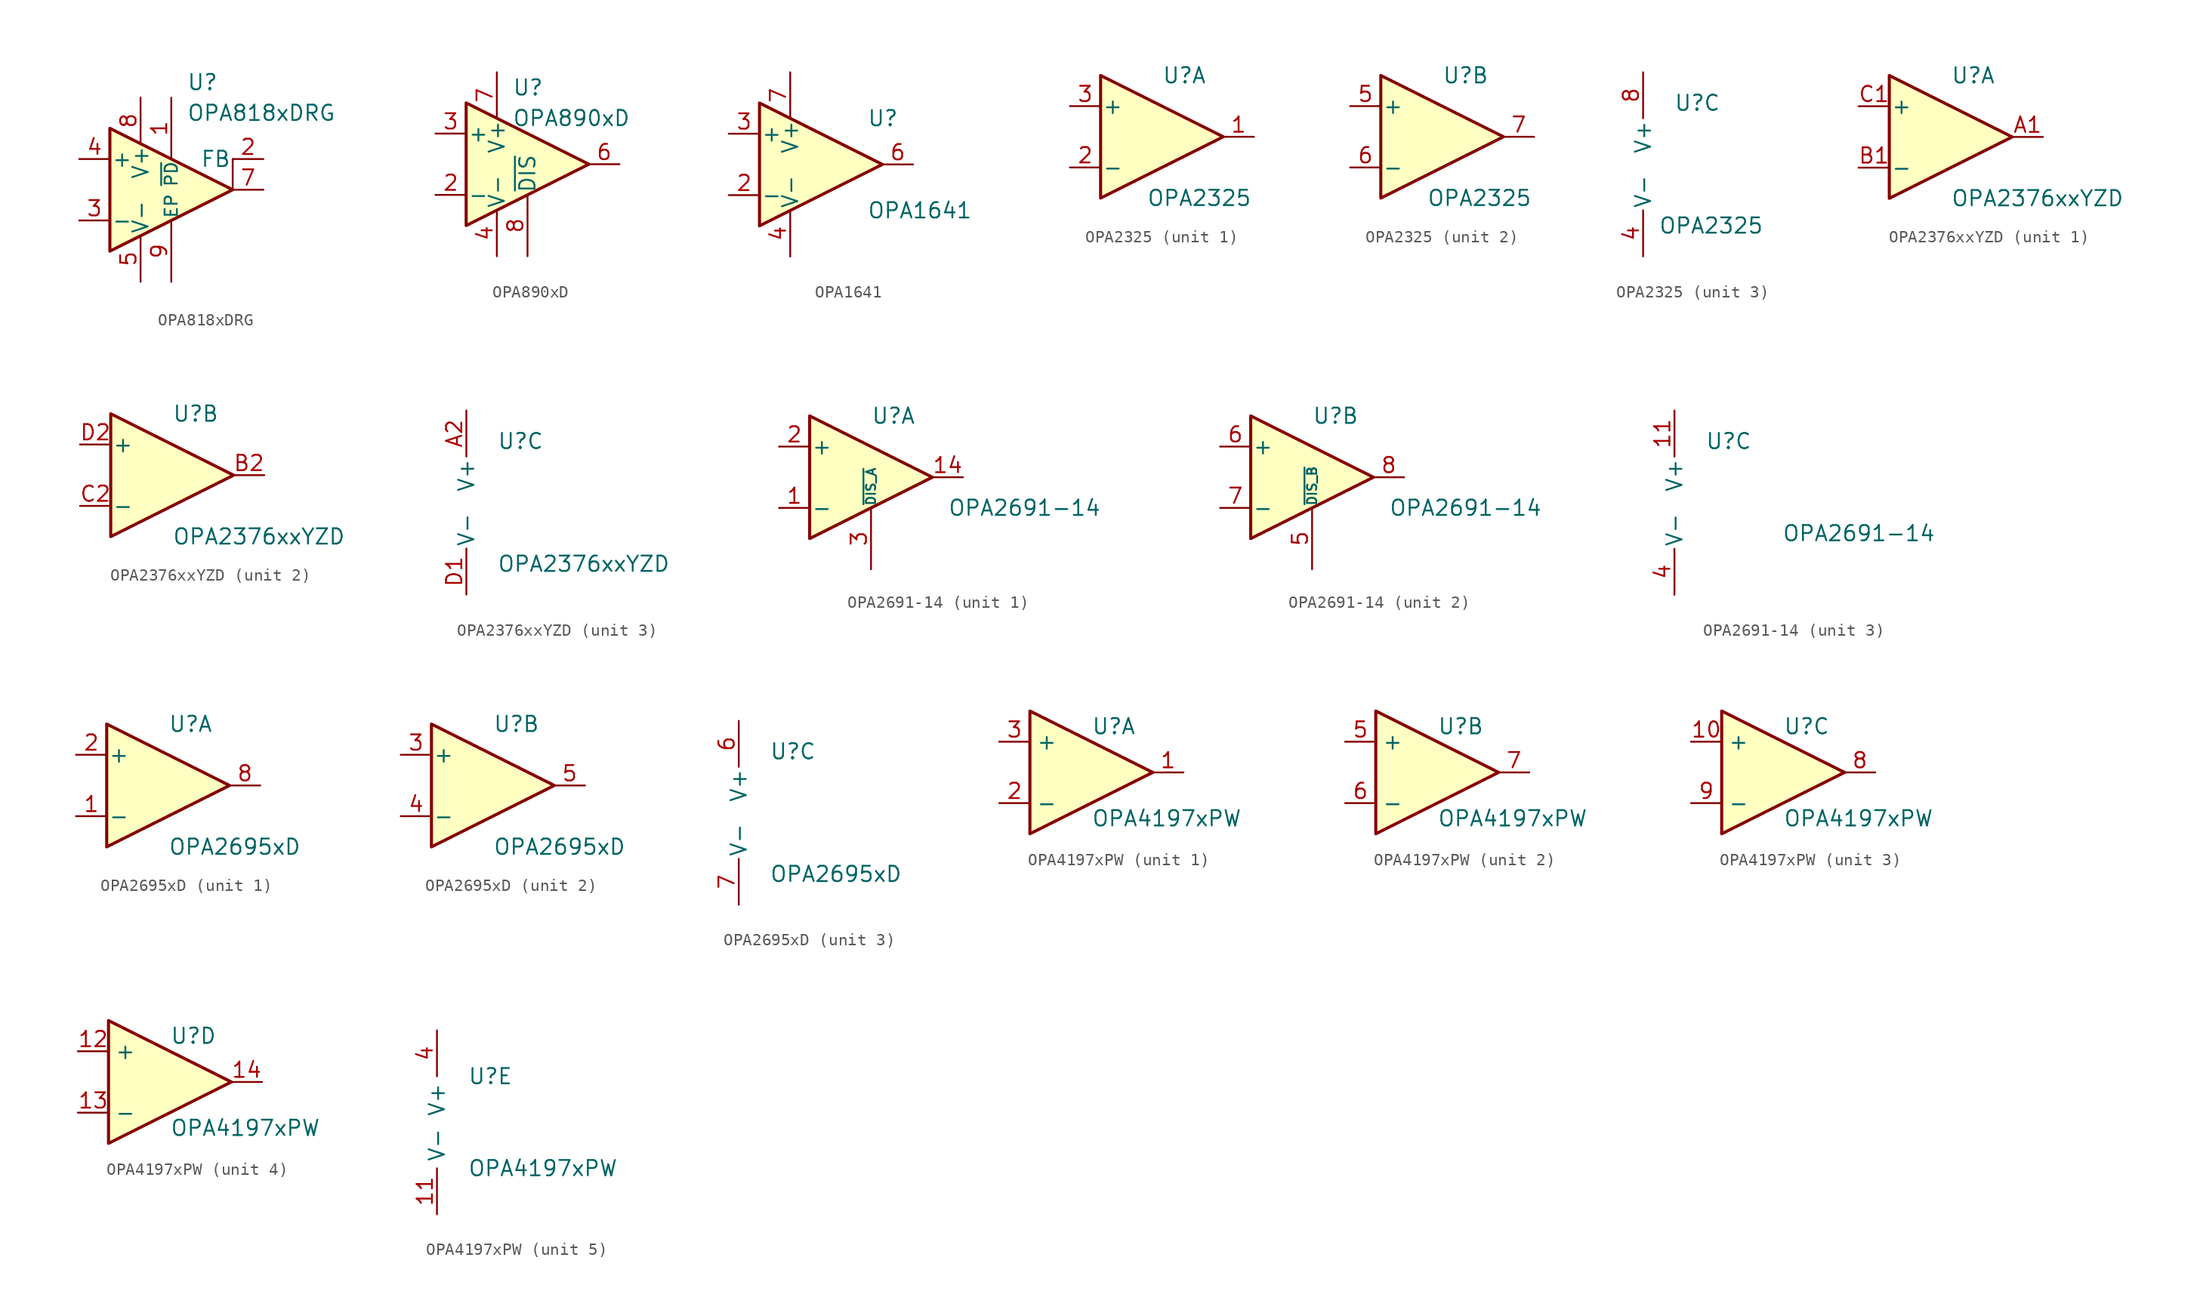
<source format=kicad_sym>
(kicad_symbol_lib
  (version 20241209)
  (generator "kicad_symbol_editor")
  (generator_version "9.0")
  (symbol "OPA818xDRG"
    (pin_names
      (offset 0.127))
    (property "Reference" "U"
      (at 1.27 8.89 0)
      (effects (font (size 1.27 1.27)) (justify left)))
    (property "Value" "OPA818xDRG"
      (at 1.27 6.35 0)
      (effects (font (size 1.27 1.27)) (justify left)))
    (symbol "OPA818xDRG_0_0"
      (pin power_in line (at -2.54 7.62 270) (length 3.81) (name "V+" (effects (font (size 1.27 1.27)))) (number "8" (effects (font (size 1.27 1.27)))))
      (pin input line (at 0 7.62 270) (length 5.08) (name "~{PD}" (effects (font (size 1.016 1.016)))) (number "1" (effects (font (size 1.27 1.27)))))
      (pin passive line (at 0 -7.62 90) (length 5.08) (name "EP" (effects (font (size 1.016 1.016)))) (number "9" (effects (font (size 1.27 1.27))))))
    (symbol "OPA818xDRG_0_1"
      (polyline (pts (xy -5.08 5.08) (xy 5.08 0) (xy -5.08 -5.08) (xy -5.08 5.08)) (stroke (width 0.254) (type default)) (fill (type background)))
      (polyline (pts (xy 5.08 0) (xy 5.08 2.54)) (stroke (width 0.152) (type default)) (fill (type none)))
      (pin no_connect line (at -5.08 -5.08 90) (length 3.81) (hide yes) (name "NC" (effects (font (size 1.27 1.27)))) (number "6" (effects (font (size 1.27 1.27)))))
      (pin output line (at 7.62 0 180) (length 2.54) (name "~" (effects (font (size 1.27 1.27)))) (number "7" (effects (font (size 1.27 1.27))))))
    (symbol "OPA818xDRG_1_1"
      (pin input line (at -7.62 2.54 0) (length 2.54) (name "+" (effects (font (size 1.27 1.27)))) (number "4" (effects (font (size 1.27 1.27)))))
      (pin input line (at -7.62 -2.54 0) (length 2.54) (name "-" (effects (font (size 1.27 1.27)))) (number "3" (effects (font (size 1.27 1.27)))))
      (pin power_in line (at -2.54 -7.62 90) (length 3.81) (name "V-" (effects (font (size 1.27 1.27)))) (number "5" (effects (font (size 1.27 1.27)))))
      (pin output line (at 7.62 2.54 180) (length 2.54) (name "FB" (effects (font (size 1.27 1.27)))) (number "2" (effects (font (size 1.27 1.27)))))))
  (symbol "OPA890xD"
    (pin_names
      (offset 0.127))
    (property "Reference" "U"
      (at -1.27 6.35 0)
      (effects (font (size 1.27 1.27)) (justify left)))
    (property "Value" "OPA890xD"
      (at -1.27 3.81 0)
      (effects (font (size 1.27 1.27)) (justify left)))
    (symbol "OPA890xD_0_1"
      (polyline (pts (xy -5.08 5.08) (xy 5.08 0) (xy -5.08 -5.08) (xy -5.08 5.08)) (stroke (width 0.254) (type default)) (fill (type background)))
      (pin power_in line (at -2.54 7.62 270) (length 3.81) (name "V+" (effects (font (size 1.27 1.27)))) (number "7" (effects (font (size 1.27 1.27)))))
      (pin power_in line (at -2.54 -7.62 90) (length 3.81) (name "V-" (effects (font (size 1.27 1.27)))) (number "4" (effects (font (size 1.27 1.27))))))
    (symbol "OPA890xD_1_1"
      (pin input line (at -7.62 2.54 0) (length 2.54) (name "+" (effects (font (size 1.27 1.27)))) (number "3" (effects (font (size 1.27 1.27)))))
      (pin input line (at -7.62 -2.54 0) (length 2.54) (name "-" (effects (font (size 1.27 1.27)))) (number "2" (effects (font (size 1.27 1.27)))))
      (pin no_connect line (at -5.08 5.08 270) (length 2.54) (hide yes) (name "NC" (effects (font (size 1.27 1.27)))) (number "1" (effects (font (size 1.27 1.27)))))
      (pin no_connect line (at -5.08 -5.08 90) (length 3.81) (hide yes) (name "NC" (effects (font (size 1.27 1.27)))) (number "5" (effects (font (size 1.27 1.27)))))
      (pin input line (at 0 -7.62 90) (length 5.08) (name "~{DIS}" (effects (font (size 1.27 1.27)))) (number "8" (effects (font (size 1.27 1.27)))))
      (pin output line (at 7.62 0 180) (length 2.54) (name "~" (effects (font (size 1.27 1.27)))) (number "6" (effects (font (size 1.27 1.27)))))))
  (symbol "OPA1641"
    (pin_names
      (offset 0.127))
    (property "Reference" "U"
      (at 3.81 3.81 0)
      (effects (font (size 1.27 1.27)) (justify left)))
    (property "Value" "OPA1641"
      (at 3.81 -3.81 0)
      (effects (font (size 1.27 1.27)) (justify left)))
    (symbol "OPA1641_0_1"
      (polyline (pts (xy 5.08 0) (xy -5.08 5.08) (xy -5.08 -5.08) (xy 5.08 0)) (stroke (width 0.254) (type default)) (fill (type background))))
    (symbol "OPA1641_1_1"
      (pin input line (at -7.62 2.54 0) (length 2.54) (name "+" (effects (font (size 1.27 1.27)))) (number "3" (effects (font (size 1.27 1.27)))))
      (pin input line (at -7.62 -2.54 0) (length 2.54) (name "-" (effects (font (size 1.27 1.27)))) (number "2" (effects (font (size 1.27 1.27)))))
      (pin no_connect line (at -5.08 -2.54 90) (length 2.54) (hide yes) (name "NC" (effects (font (size 1.27 1.27)))) (number "8" (effects (font (size 1.27 1.27)))))
      (pin power_in line (at -2.54 7.62 270) (length 3.81) (name "V+" (effects (font (size 1.27 1.27)))) (number "7" (effects (font (size 1.27 1.27)))))
      (pin no_connect line (at -2.54 -2.54 90) (length 2.54) (hide yes) (name "NC" (effects (font (size 1.27 1.27)))) (number "1" (effects (font (size 1.27 1.27)))))
      (pin power_in line (at -2.54 -7.62 90) (length 3.81) (name "V-" (effects (font (size 1.27 1.27)))) (number "4" (effects (font (size 1.27 1.27)))))
      (pin no_connect line (at 0 -2.54 90) (length 2.54) (hide yes) (name "NC" (effects (font (size 1.27 1.27)))) (number "5" (effects (font (size 1.27 1.27)))))
      (pin output line (at 7.62 0 180) (length 2.54) (name "~" (effects (font (size 1.27 1.27)))) (number "6" (effects (font (size 1.27 1.27)))))))
  (symbol "OPA2325"
    (pin_names
      (offset 0.127))
    (property "Reference" "U"
      (at 0 5.08 0)
      (effects (font (size 1.27 1.27)) (justify left)))
    (property "Value" "OPA2325"
      (at -1.27 -5.08 0)
      (effects (font (size 1.27 1.27)) (justify left)))
    (property "ki_locked" ""
      (at 0 0 0)
      (effects (font (size 1.27 1.27))))
    (symbol "OPA2325_1_1"
      (polyline (pts (xy -5.08 5.08) (xy 5.08 0) (xy -5.08 -5.08) (xy -5.08 5.08)) (stroke (width 0.254) (type default)) (fill (type background)))
      (pin input line (at -7.62 2.54 0) (length 2.54) (name "+" (effects (font (size 1.27 1.27)))) (number "3" (effects (font (size 1.27 1.27)))))
      (pin input line (at -7.62 -2.54 0) (length 2.54) (name "-" (effects (font (size 1.27 1.27)))) (number "2" (effects (font (size 1.27 1.27)))))
      (pin output line (at 7.62 0 180) (length 2.54) (name "~" (effects (font (size 1.27 1.27)))) (number "1" (effects (font (size 1.27 1.27))))))
    (symbol "OPA2325_2_1"
      (polyline (pts (xy -5.08 5.08) (xy 5.08 0) (xy -5.08 -5.08) (xy -5.08 5.08)) (stroke (width 0.254) (type default)) (fill (type background)))
      (pin input line (at -7.62 2.54 0) (length 2.54) (name "+" (effects (font (size 1.27 1.27)))) (number "5" (effects (font (size 1.27 1.27)))))
      (pin input line (at -7.62 -2.54 0) (length 2.54) (name "-" (effects (font (size 1.27 1.27)))) (number "6" (effects (font (size 1.27 1.27)))))
      (pin output line (at 7.62 0 180) (length 2.54) (name "~" (effects (font (size 1.27 1.27)))) (number "7" (effects (font (size 1.27 1.27))))))
    (symbol "OPA2325_3_1"
      (pin power_in line (at -2.54 7.62 270) (length 3.81) (name "V+" (effects (font (size 1.27 1.27)))) (number "8" (effects (font (size 1.27 1.27)))))
      (pin power_in line (at -2.54 -7.62 90) (length 3.81) (name "V-" (effects (font (size 1.27 1.27)))) (number "4" (effects (font (size 1.27 1.27)))))))
  (symbol "OPA2376xxYZD"
    (pin_names
      (offset 0.127))
    (property "Reference" "U"
      (at 0 5.08 0)
      (effects (font (size 1.27 1.27)) (justify left)))
    (property "Value" "OPA2376xxYZD"
      (at 0 -5.08 0)
      (effects (font (size 1.27 1.27)) (justify left)))
    (property "ki_locked" ""
      (at 0 0 0)
      (effects (font (size 1.27 1.27))))
    (symbol "OPA2376xxYZD_1_1"
      (polyline (pts (xy -5.08 5.08) (xy 5.08 0) (xy -5.08 -5.08) (xy -5.08 5.08)) (stroke (width 0.254) (type default)) (fill (type background)))
      (pin input line (at -7.62 2.54 0) (length 2.54) (name "+" (effects (font (size 1.27 1.27)))) (number "C1" (effects (font (size 1.27 1.27)))))
      (pin input line (at -7.62 -2.54 0) (length 2.54) (name "-" (effects (font (size 1.27 1.27)))) (number "B1" (effects (font (size 1.27 1.27)))))
      (pin output line (at 7.62 0 180) (length 2.54) (name "~" (effects (font (size 1.27 1.27)))) (number "A1" (effects (font (size 1.27 1.27))))))
    (symbol "OPA2376xxYZD_2_1"
      (polyline (pts (xy -5.08 5.08) (xy 5.08 0) (xy -5.08 -5.08) (xy -5.08 5.08)) (stroke (width 0.254) (type default)) (fill (type background)))
      (pin input line (at -7.62 2.54 0) (length 2.54) (name "+" (effects (font (size 1.27 1.27)))) (number "D2" (effects (font (size 1.27 1.27)))))
      (pin input line (at -7.62 -2.54 0) (length 2.54) (name "-" (effects (font (size 1.27 1.27)))) (number "C2" (effects (font (size 1.27 1.27)))))
      (pin output line (at 7.62 0 180) (length 2.54) (name "~" (effects (font (size 1.27 1.27)))) (number "B2" (effects (font (size 1.27 1.27))))))
    (symbol "OPA2376xxYZD_3_1"
      (pin power_in line (at -2.54 7.62 270) (length 3.81) (name "V+" (effects (font (size 1.27 1.27)))) (number "A2" (effects (font (size 1.27 1.27)))))
      (pin power_in line (at -2.54 -7.62 90) (length 3.81) (name "V-" (effects (font (size 1.27 1.27)))) (number "D1" (effects (font (size 1.27 1.27)))))))
  (symbol "OPA2691-14"
    (pin_names
      (offset 0.127))
    (property "Reference" "U"
      (at 0 5.08 0)
      (effects (font (size 1.27 1.27)) (justify left)))
    (property "Value" "OPA2691-14"
      (at 6.35 -2.54 0)
      (effects (font (size 1.27 1.27)) (justify left)))
    (property "ki_locked" ""
      (at 0 0 0)
      (effects (font (size 1.27 1.27))))
    (symbol "OPA2691-14_1_1"
      (polyline (pts (xy -5.08 5.08) (xy 5.08 0) (xy -5.08 -5.08) (xy -5.08 5.08)) (stroke (width 0.254) (type default)) (fill (type background)))
      (pin input line (at -7.62 2.54 0) (length 2.54) (name "+" (effects (font (size 1.27 1.27)))) (number "2" (effects (font (size 1.27 1.27)))))
      (pin input line (at -7.62 -2.54 0) (length 2.54) (name "-" (effects (font (size 1.27 1.27)))) (number "1" (effects (font (size 1.27 1.27)))))
      (pin no_connect line (at -2.54 -2.54 90) (length 2.54) (hide yes) (name "NC" (effects (font (size 1.27 1.27)))) (number "9" (effects (font (size 1.27 1.27)))))
      (pin no_connect line (at 0 -2.54 90) (length 2.54) (hide yes) (name "NC" (effects (font (size 1.27 1.27)))) (number "10" (effects (font (size 1.27 1.27)))))
      (pin input line (at 0 -7.62 90) (length 5.08) (name "~{DIS_A}" (effects (font (size 0.762 0.762)))) (number "3" (effects (font (size 1.27 1.27)))))
      (pin output line (at 7.62 0 180) (length 2.54) (name "~" (effects (font (size 1.27 1.27)))) (number "14" (effects (font (size 1.27 1.27))))))
    (symbol "OPA2691-14_2_1"
      (polyline (pts (xy -5.08 5.08) (xy 5.08 0) (xy -5.08 -5.08) (xy -5.08 5.08)) (stroke (width 0.254) (type default)) (fill (type background)))
      (pin input line (at -7.62 2.54 0) (length 2.54) (name "+" (effects (font (size 1.27 1.27)))) (number "6" (effects (font (size 1.27 1.27)))))
      (pin input line (at -7.62 -2.54 0) (length 2.54) (name "-" (effects (font (size 1.27 1.27)))) (number "7" (effects (font (size 1.27 1.27)))))
      (pin no_connect line (at -2.54 -2.54 90) (length 2.54) (hide yes) (name "NC" (effects (font (size 1.27 1.27)))) (number "12" (effects (font (size 1.27 1.27)))))
      (pin no_connect line (at 0 -2.54 90) (length 2.54) (hide yes) (name "NC" (effects (font (size 1.27 1.27)))) (number "13" (effects (font (size 1.27 1.27)))))
      (pin input line (at 0 -7.62 90) (length 5.08) (name "~{DIS_B}" (effects (font (size 0.762 0.762)))) (number "5" (effects (font (size 1.27 1.27)))))
      (pin output line (at 7.62 0 180) (length 2.54) (name "~" (effects (font (size 1.27 1.27)))) (number "8" (effects (font (size 1.27 1.27))))))
    (symbol "OPA2691-14_3_1"
      (pin power_in line (at -2.54 7.62 270) (length 3.81) (name "V+" (effects (font (size 1.27 1.27)))) (number "11" (effects (font (size 1.27 1.27)))))
      (pin power_in line (at -2.54 -7.62 90) (length 3.81) (name "V-" (effects (font (size 1.27 1.27)))) (number "4" (effects (font (size 1.27 1.27)))))))
  (symbol "OPA2695xD"
    (pin_names
      (offset 0.127))
    (property "Reference" "U"
      (at 0 5.08 0)
      (effects (font (size 1.27 1.27)) (justify left)))
    (property "Value" "OPA2695xD"
      (at 0 -5.08 0)
      (effects (font (size 1.27 1.27)) (justify left)))
    (property "ki_locked" ""
      (at 0 0 0)
      (effects (font (size 1.27 1.27))))
    (symbol "OPA2695xD_1_1"
      (polyline (pts (xy -5.08 5.08) (xy 5.08 0) (xy -5.08 -5.08) (xy -5.08 5.08)) (stroke (width 0.254) (type default)) (fill (type background)))
      (pin input line (at -7.62 2.54 0) (length 2.54) (name "+" (effects (font (size 1.27 1.27)))) (number "2" (effects (font (size 1.27 1.27)))))
      (pin input line (at -7.62 -2.54 0) (length 2.54) (name "-" (effects (font (size 1.27 1.27)))) (number "1" (effects (font (size 1.27 1.27)))))
      (pin output line (at 7.62 0 180) (length 2.54) (name "~" (effects (font (size 1.27 1.27)))) (number "8" (effects (font (size 1.27 1.27))))))
    (symbol "OPA2695xD_2_1"
      (polyline (pts (xy -5.08 5.08) (xy 5.08 0) (xy -5.08 -5.08) (xy -5.08 5.08)) (stroke (width 0.254) (type default)) (fill (type background)))
      (pin input line (at -7.62 2.54 0) (length 2.54) (name "+" (effects (font (size 1.27 1.27)))) (number "3" (effects (font (size 1.27 1.27)))))
      (pin input line (at -7.62 -2.54 0) (length 2.54) (name "-" (effects (font (size 1.27 1.27)))) (number "4" (effects (font (size 1.27 1.27)))))
      (pin output line (at 7.62 0 180) (length 2.54) (name "~" (effects (font (size 1.27 1.27)))) (number "5" (effects (font (size 1.27 1.27))))))
    (symbol "OPA2695xD_3_1"
      (pin power_in line (at -2.54 7.62 270) (length 3.81) (name "V+" (effects (font (size 1.27 1.27)))) (number "6" (effects (font (size 1.27 1.27)))))
      (pin power_in line (at -2.54 -7.62 90) (length 3.81) (name "V-" (effects (font (size 1.27 1.27)))) (number "7" (effects (font (size 1.27 1.27)))))))
  (symbol "OPA4197xPW"
    (property "Reference" "U"
      (at 0 3.81 0)
      (effects (font (size 1.27 1.27)) (justify left)))
    (property "Value" "OPA4197xPW"
      (at 0 -3.81 0)
      (effects (font (size 1.27 1.27)) (justify left)))
    (property "ki_locked" ""
      (at 0 0 0)
      (effects (font (size 1.27 1.27))))
    (symbol "OPA4197xPW_1_1"
      (polyline (pts (xy -5.08 5.08) (xy 5.08 0) (xy -5.08 -5.08) (xy -5.08 5.08)) (stroke (width 0.254) (type default)) (fill (type background)))
      (pin input line (at -7.62 2.54 0) (length 2.54) (name "+" (effects (font (size 1.27 1.27)))) (number "3" (effects (font (size 1.27 1.27)))))
      (pin input line (at -7.62 -2.54 0) (length 2.54) (name "-" (effects (font (size 1.27 1.27)))) (number "2" (effects (font (size 1.27 1.27)))))
      (pin output line (at 7.62 0 180) (length 2.54) (name "~" (effects (font (size 1.27 1.27)))) (number "1" (effects (font (size 1.27 1.27))))))
    (symbol "OPA4197xPW_2_1"
      (polyline (pts (xy -5.08 5.08) (xy 5.08 0) (xy -5.08 -5.08) (xy -5.08 5.08)) (stroke (width 0.254) (type default)) (fill (type background)))
      (pin input line (at -7.62 2.54 0) (length 2.54) (name "+" (effects (font (size 1.27 1.27)))) (number "5" (effects (font (size 1.27 1.27)))))
      (pin input line (at -7.62 -2.54 0) (length 2.54) (name "-" (effects (font (size 1.27 1.27)))) (number "6" (effects (font (size 1.27 1.27)))))
      (pin output line (at 7.62 0 180) (length 2.54) (name "~" (effects (font (size 1.27 1.27)))) (number "7" (effects (font (size 1.27 1.27))))))
    (symbol "OPA4197xPW_3_1"
      (polyline (pts (xy -5.08 5.08) (xy 5.08 0) (xy -5.08 -5.08) (xy -5.08 5.08)) (stroke (width 0.254) (type default)) (fill (type background)))
      (pin input line (at -7.62 2.54 0) (length 2.54) (name "+" (effects (font (size 1.27 1.27)))) (number "10" (effects (font (size 1.27 1.27)))))
      (pin input line (at -7.62 -2.54 0) (length 2.54) (name "-" (effects (font (size 1.27 1.27)))) (number "9" (effects (font (size 1.27 1.27)))))
      (pin output line (at 7.62 0 180) (length 2.54) (name "~" (effects (font (size 1.27 1.27)))) (number "8" (effects (font (size 1.27 1.27))))))
    (symbol "OPA4197xPW_4_1"
      (polyline (pts (xy -5.08 5.08) (xy 5.08 0) (xy -5.08 -5.08) (xy -5.08 5.08)) (stroke (width 0.254) (type default)) (fill (type background)))
      (pin input line (at -7.62 2.54 0) (length 2.54) (name "+" (effects (font (size 1.27 1.27)))) (number "12" (effects (font (size 1.27 1.27)))))
      (pin input line (at -7.62 -2.54 0) (length 2.54) (name "-" (effects (font (size 1.27 1.27)))) (number "13" (effects (font (size 1.27 1.27)))))
      (pin output line (at 7.62 0 180) (length 2.54) (name "~" (effects (font (size 1.27 1.27)))) (number "14" (effects (font (size 1.27 1.27))))))
    (symbol "OPA4197xPW_5_1"
      (pin power_in line (at -2.54 7.62 270) (length 3.81) (name "V+" (effects (font (size 1.27 1.27)))) (number "4" (effects (font (size 1.27 1.27)))))
      (pin power_in line (at -2.54 -7.62 90) (length 3.81) (name "V-" (effects (font (size 1.27 1.27)))) (number "11" (effects (font (size 1.27 1.27))))))))
</source>
